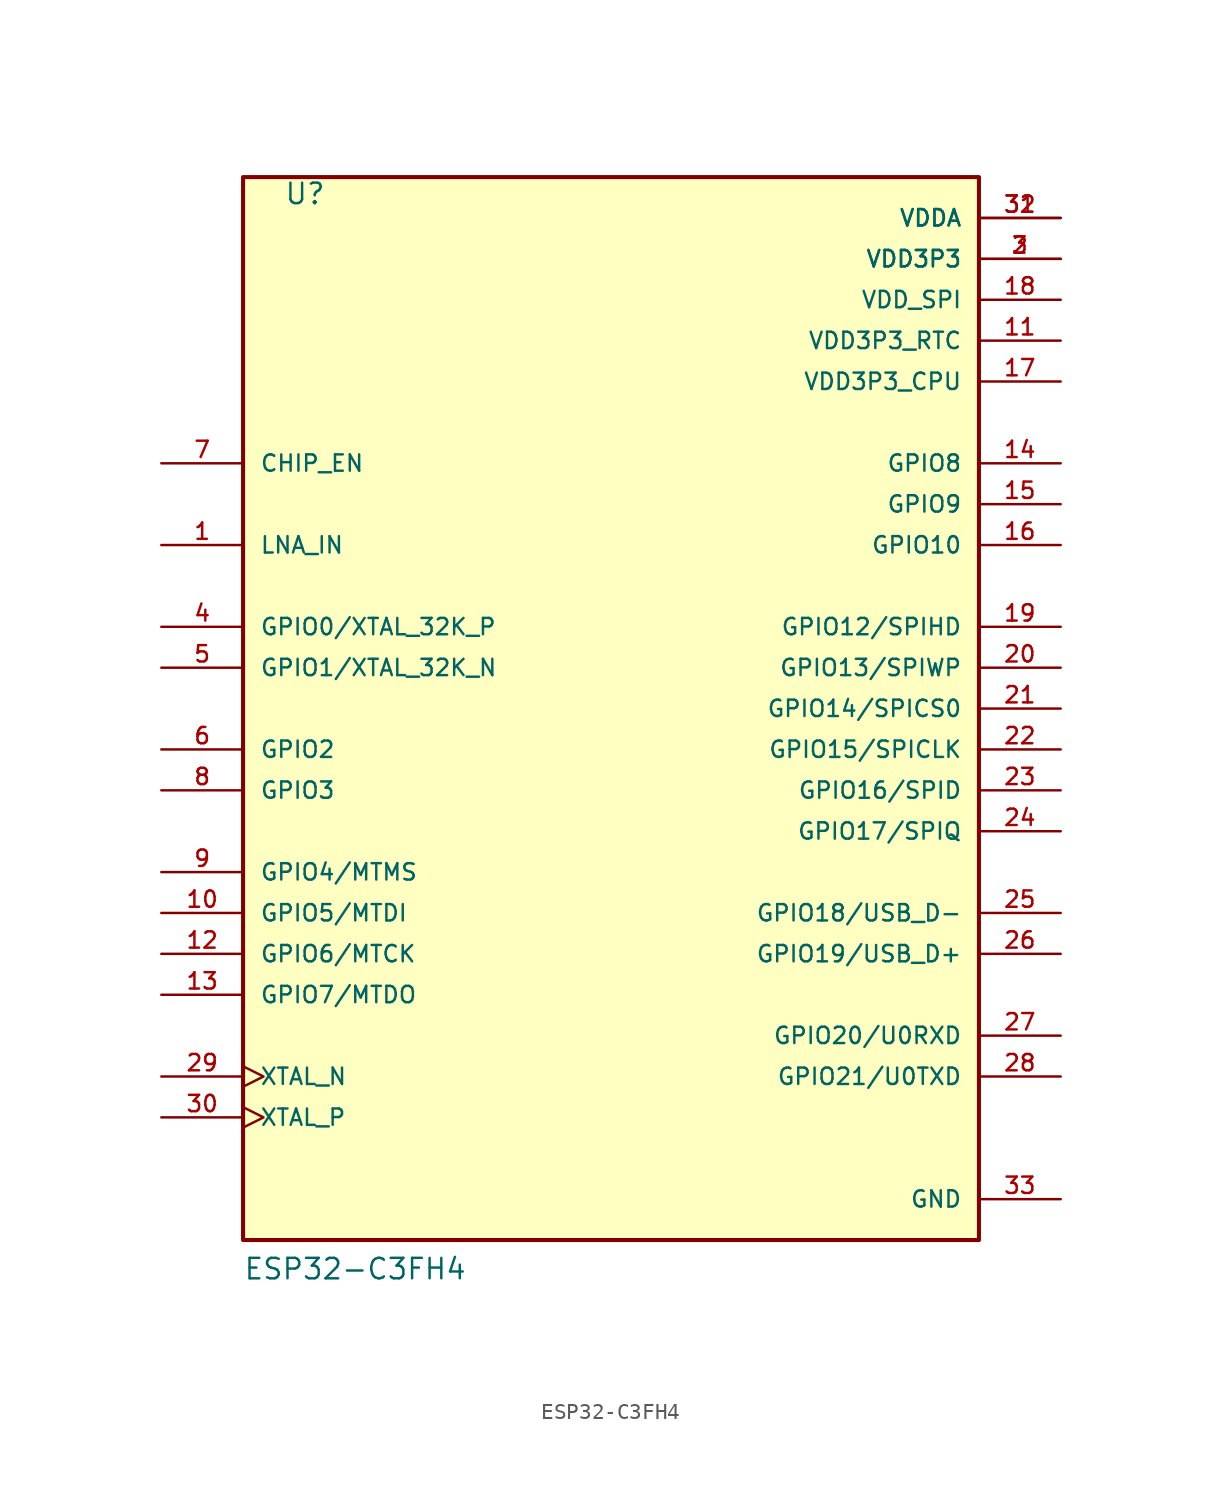
<source format=kicad_sym>
(kicad_symbol_lib
  (version 20241209)
  (generator "kicad_symbol_editor")
  (generator_version "9.0")
  (symbol "ESP32-C3FH4"
    (pin_names
      (offset 1.016))
    (property "Reference" "U"
      (at -22.86 33.782 0)
      (effects (font (size 1.27 1.27)) (justify left bottom)))
    (property "Value" "ESP32-C3FH4"
      (at -25.4 -33.02 0)
      (effects (font (size 1.27 1.27)) (justify left bottom)))
    (symbol "ESP32-C3FH4_0_0"
      (rectangle (start -25.4 -30.48) (end 20.32 35.56) (stroke (width 0.254) (type default)) (fill (type background)))
      (pin input line (at -30.48 17.78 0) (length 5.08) (name "CHIP_EN" (effects (font (size 1.016 1.016)))) (number "7" (effects (font (size 1.016 1.016)))))
      (pin input line (at -30.48 12.7 0) (length 5.08) (name "LNA_IN" (effects (font (size 1.016 1.016)))) (number "1" (effects (font (size 1.016 1.016)))))
      (pin bidirectional line (at -30.48 7.62 0) (length 5.08) (name "GPIO0/XTAL_32K_P" (effects (font (size 1.016 1.016)))) (number "4" (effects (font (size 1.016 1.016)))))
      (pin bidirectional line (at -30.48 5.08 0) (length 5.08) (name "GPIO1/XTAL_32K_N" (effects (font (size 1.016 1.016)))) (number "5" (effects (font (size 1.016 1.016)))))
      (pin bidirectional line (at -30.48 0 0) (length 5.08) (name "GPIO2" (effects (font (size 1.016 1.016)))) (number "6" (effects (font (size 1.016 1.016)))))
      (pin bidirectional line (at -30.48 -2.54 0) (length 5.08) (name "GPIO3" (effects (font (size 1.016 1.016)))) (number "8" (effects (font (size 1.016 1.016)))))
      (pin bidirectional line (at -30.48 -7.62 0) (length 5.08) (name "GPIO4/MTMS" (effects (font (size 1.016 1.016)))) (number "9" (effects (font (size 1.016 1.016)))))
      (pin bidirectional line (at -30.48 -10.16 0) (length 5.08) (name "GPIO5/MTDI" (effects (font (size 1.016 1.016)))) (number "10" (effects (font (size 1.016 1.016)))))
      (pin bidirectional line (at -30.48 -12.7 0) (length 5.08) (name "GPIO6/MTCK" (effects (font (size 1.016 1.016)))) (number "12" (effects (font (size 1.016 1.016)))))
      (pin bidirectional line (at -30.48 -15.24 0) (length 5.08) (name "GPIO7/MTDO" (effects (font (size 1.016 1.016)))) (number "13" (effects (font (size 1.016 1.016)))))
      (pin input clock (at -30.48 -20.32 0) (length 5.08) (name "XTAL_N" (effects (font (size 1.016 1.016)))) (number "29" (effects (font (size 1.016 1.016)))))
      (pin input clock (at -30.48 -22.86 0) (length 5.08) (name "XTAL_P" (effects (font (size 1.016 1.016)))) (number "30" (effects (font (size 1.016 1.016)))))
      (pin power_in line (at 25.4 33.02 180) (length 5.08) (name "VDDA" (effects (font (size 1.016 1.016)))) (number "31" (effects (font (size 1.016 1.016)))))
      (pin power_in line (at 25.4 33.02 180) (length 5.08) (name "VDDA" (effects (font (size 1.016 1.016)))) (number "32" (effects (font (size 1.016 1.016)))))
      (pin power_in line (at 25.4 30.48 180) (length 5.08) (name "VDD3P3" (effects (font (size 1.016 1.016)))) (number "2" (effects (font (size 1.016 1.016)))))
      (pin power_in line (at 25.4 30.48 180) (length 5.08) (name "VDD3P3" (effects (font (size 1.016 1.016)))) (number "3" (effects (font (size 1.016 1.016)))))
      (pin power_in line (at 25.4 27.94 180) (length 5.08) (name "VDD_SPI" (effects (font (size 1.016 1.016)))) (number "18" (effects (font (size 1.016 1.016)))))
      (pin power_in line (at 25.4 25.4 180) (length 5.08) (name "VDD3P3_RTC" (effects (font (size 1.016 1.016)))) (number "11" (effects (font (size 1.016 1.016)))))
      (pin power_in line (at 25.4 22.86 180) (length 5.08) (name "VDD3P3_CPU" (effects (font (size 1.016 1.016)))) (number "17" (effects (font (size 1.016 1.016)))))
      (pin bidirectional line (at 25.4 17.78 180) (length 5.08) (name "GPIO8" (effects (font (size 1.016 1.016)))) (number "14" (effects (font (size 1.016 1.016)))))
      (pin bidirectional line (at 25.4 15.24 180) (length 5.08) (name "GPIO9" (effects (font (size 1.016 1.016)))) (number "15" (effects (font (size 1.016 1.016)))))
      (pin bidirectional line (at 25.4 12.7 180) (length 5.08) (name "GPIO10" (effects (font (size 1.016 1.016)))) (number "16" (effects (font (size 1.016 1.016)))))
      (pin bidirectional line (at 25.4 7.62 180) (length 5.08) (name "GPIO12/SPIHD" (effects (font (size 1.016 1.016)))) (number "19" (effects (font (size 1.016 1.016)))))
      (pin bidirectional line (at 25.4 5.08 180) (length 5.08) (name "GPIO13/SPIWP" (effects (font (size 1.016 1.016)))) (number "20" (effects (font (size 1.016 1.016)))))
      (pin bidirectional line (at 25.4 2.54 180) (length 5.08) (name "GPIO14/SPICS0" (effects (font (size 1.016 1.016)))) (number "21" (effects (font (size 1.016 1.016)))))
      (pin bidirectional line (at 25.4 0 180) (length 5.08) (name "GPIO15/SPICLK" (effects (font (size 1.016 1.016)))) (number "22" (effects (font (size 1.016 1.016)))))
      (pin bidirectional line (at 25.4 -2.54 180) (length 5.08) (name "GPIO16/SPID" (effects (font (size 1.016 1.016)))) (number "23" (effects (font (size 1.016 1.016)))))
      (pin bidirectional line (at 25.4 -5.08 180) (length 5.08) (name "GPIO17/SPIQ" (effects (font (size 1.016 1.016)))) (number "24" (effects (font (size 1.016 1.016)))))
      (pin bidirectional line (at 25.4 -10.16 180) (length 5.08) (name "GPIO18/USB_D-" (effects (font (size 1.016 1.016)))) (number "25" (effects (font (size 1.016 1.016)))))
      (pin bidirectional line (at 25.4 -12.7 180) (length 5.08) (name "GPIO19/USB_D+" (effects (font (size 1.016 1.016)))) (number "26" (effects (font (size 1.016 1.016)))))
      (pin bidirectional line (at 25.4 -17.78 180) (length 5.08) (name "GPIO20/U0RXD" (effects (font (size 1.016 1.016)))) (number "27" (effects (font (size 1.016 1.016)))))
      (pin bidirectional line (at 25.4 -20.32 180) (length 5.08) (name "GPIO21/U0TXD" (effects (font (size 1.016 1.016)))) (number "28" (effects (font (size 1.016 1.016)))))
      (pin power_in line (at 25.4 -27.94 180) (length 5.08) (name "GND" (effects (font (size 1.016 1.016)))) (number "33" (effects (font (size 1.016 1.016))))))))
</source>
